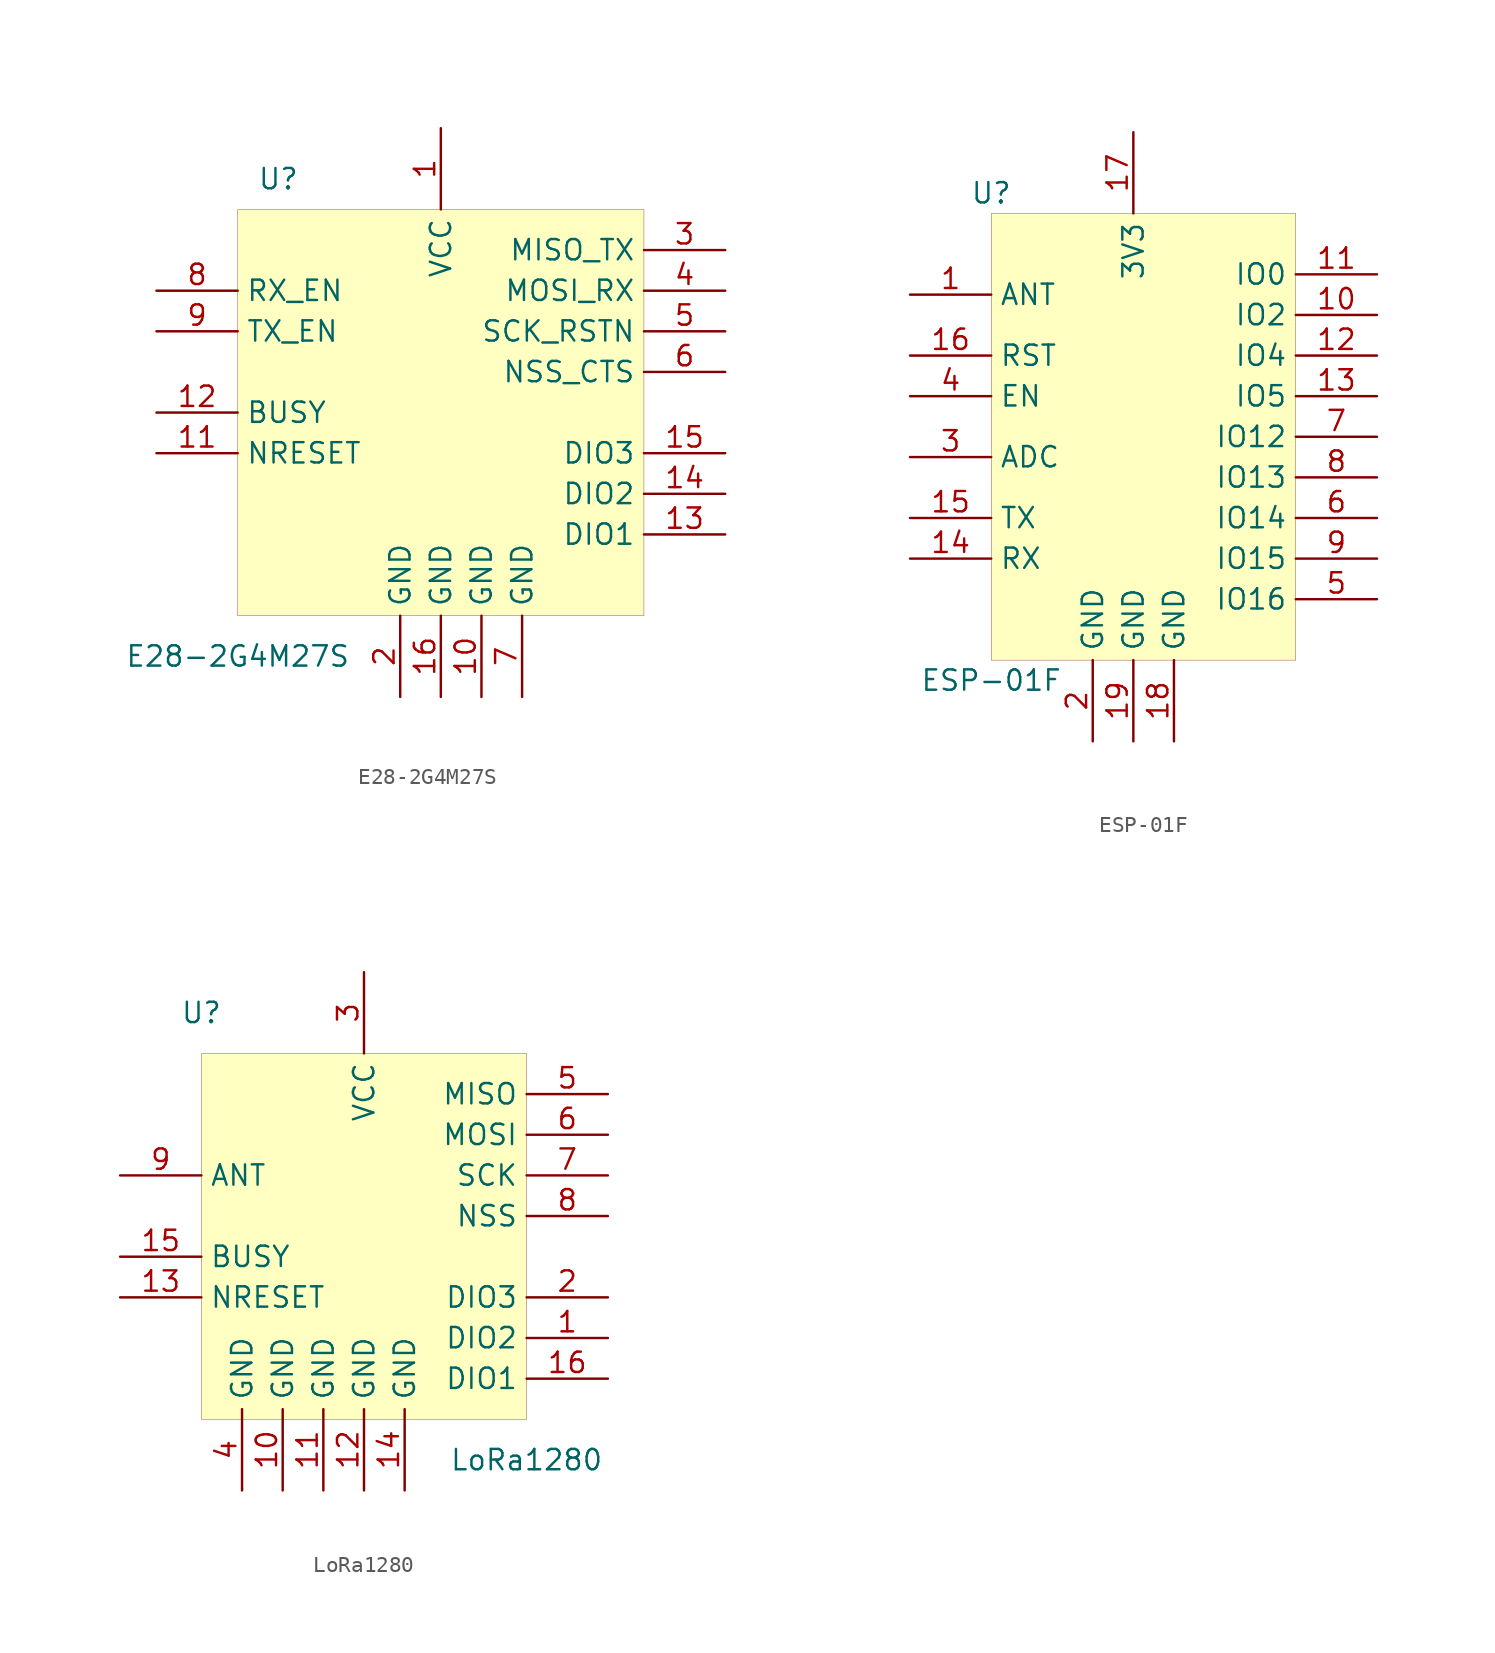
<source format=kicad_sym>
(kicad_symbol_lib
  (version 20200820)
  (host kicad_symbol_editor "(5.99.0-2965-g3673c23696)")
  (symbol "ELRS_lib:E28-2G4M27S"
    (property "Reference" "U"
      (at -10.16 12.065 0)
      (effects (font (size 1.27 1.27))))
    (property "Value" "E28-2G4M27S"
      (at -12.7 -17.78 0)
      (effects (font (size 1.27 1.27))))
    (symbol "E28-2G4M27S_0_1"
      (rectangle (start -12.7 10.16) (end 12.7 -15.24) (stroke (width 0.001)) (fill (type background))))
    (symbol "E28-2G4M27S_1_1"
      (pin input line (at 0 15.24 270) (length 5.08) (name "VCC" (effects (font (size 1.27 1.27)))) (number "1" (effects (font (size 1.27 1.27)))))
      (pin input line (at -2.54 -20.32 90) (length 5.08) (name "GND" (effects (font (size 1.27 1.27)))) (number "2" (effects (font (size 1.27 1.27)))))
      (pin input line (at 17.78 7.62 180) (length 5.08) (name "MISO_TX" (effects (font (size 1.27 1.27)))) (number "3" (effects (font (size 1.27 1.27)))))
      (pin input line (at 17.78 5.08 180) (length 5.08) (name "MOSI_RX" (effects (font (size 1.27 1.27)))) (number "4" (effects (font (size 1.27 1.27)))))
      (pin input line (at 17.78 2.54 180) (length 5.08) (name "SCK_RSTN" (effects (font (size 1.27 1.27)))) (number "5" (effects (font (size 1.27 1.27)))))
      (pin input line (at 17.78 0 180) (length 5.08) (name "NSS_CTS" (effects (font (size 1.27 1.27)))) (number "6" (effects (font (size 1.27 1.27)))))
      (pin input line (at 5.08 -20.32 90) (length 5.08) (name "GND" (effects (font (size 1.27 1.27)))) (number "7" (effects (font (size 1.27 1.27)))))
      (pin input line (at -17.78 5.08 0) (length 5.08) (name "RX_EN" (effects (font (size 1.27 1.27)))) (number "8" (effects (font (size 1.27 1.27)))))
      (pin input line (at -17.78 2.54 0) (length 5.08) (name "TX_EN" (effects (font (size 1.27 1.27)))) (number "9" (effects (font (size 1.27 1.27)))))
      (pin input line (at 2.54 -20.32 90) (length 5.08) (name "GND" (effects (font (size 1.27 1.27)))) (number "10" (effects (font (size 1.27 1.27)))))
      (pin input line (at -17.78 -5.08 0) (length 5.08) (name "NRESET" (effects (font (size 1.27 1.27)))) (number "11" (effects (font (size 1.27 1.27)))))
      (pin input line (at -17.78 -2.54 0) (length 5.08) (name "BUSY" (effects (font (size 1.27 1.27)))) (number "12" (effects (font (size 1.27 1.27)))))
      (pin input line (at 17.78 -10.16 180) (length 5.08) (name "DIO1" (effects (font (size 1.27 1.27)))) (number "13" (effects (font (size 1.27 1.27)))))
      (pin input line (at 17.78 -7.62 180) (length 5.08) (name "DIO2" (effects (font (size 1.27 1.27)))) (number "14" (effects (font (size 1.27 1.27)))))
      (pin input line (at 17.78 -5.08 180) (length 5.08) (name "DIO3" (effects (font (size 1.27 1.27)))) (number "15" (effects (font (size 1.27 1.27)))))
      (pin input line (at 0 -20.32 90) (length 5.08) (name "GND" (effects (font (size 1.27 1.27)))) (number "16" (effects (font (size 1.27 1.27)))))))
  (symbol "ELRS_lib:ESP-01F"
    (property "Reference" "U"
      (at -8.89 15.24 0)
      (effects (font (size 1.27 1.27))))
    (property "Value" "ESP-01F"
      (at -8.89 -15.24 0)
      (effects (font (size 1.27 1.27))))
    (symbol "ESP-01F_0_1"
      (rectangle (start -8.89 13.97) (end 10.16 -13.97) (stroke (width 0.001)) (fill (type background))))
    (symbol "ESP-01F_1_1"
      (pin input line (at -13.97 8.89 0) (length 5.08) (name "ANT" (effects (font (size 1.27 1.27)))) (number "1" (effects (font (size 1.27 1.27)))))
      (pin input line (at -2.54 -19.05 90) (length 5.08) (name "GND" (effects (font (size 1.27 1.27)))) (number "2" (effects (font (size 1.27 1.27)))))
      (pin input line (at -13.97 -1.27 0) (length 5.08) (name "ADC" (effects (font (size 1.27 1.27)))) (number "3" (effects (font (size 1.27 1.27)))))
      (pin input line (at -13.97 2.54 0) (length 5.08) (name "EN" (effects (font (size 1.27 1.27)))) (number "4" (effects (font (size 1.27 1.27)))))
      (pin input line (at 15.24 -10.16 180) (length 5.08) (name "IO16" (effects (font (size 1.27 1.27)))) (number "5" (effects (font (size 1.27 1.27)))))
      (pin input line (at 15.24 -5.08 180) (length 5.08) (name "IO14" (effects (font (size 1.27 1.27)))) (number "6" (effects (font (size 1.27 1.27)))))
      (pin input line (at 15.24 0 180) (length 5.08) (name "IO12" (effects (font (size 1.27 1.27)))) (number "7" (effects (font (size 1.27 1.27)))))
      (pin input line (at 15.24 -2.54 180) (length 5.08) (name "IO13" (effects (font (size 1.27 1.27)))) (number "8" (effects (font (size 1.27 1.27)))))
      (pin input line (at 15.24 -7.62 180) (length 5.08) (name "IO15" (effects (font (size 1.27 1.27)))) (number "9" (effects (font (size 1.27 1.27)))))
      (pin input line (at 15.24 7.62 180) (length 5.08) (name "IO2" (effects (font (size 1.27 1.27)))) (number "10" (effects (font (size 1.27 1.27)))))
      (pin input line (at 15.24 10.16 180) (length 5.08) (name "IO0" (effects (font (size 1.27 1.27)))) (number "11" (effects (font (size 1.27 1.27)))))
      (pin input line (at 15.24 5.08 180) (length 5.08) (name "IO4" (effects (font (size 1.27 1.27)))) (number "12" (effects (font (size 1.27 1.27)))))
      (pin input line (at 15.24 2.54 180) (length 5.08) (name "IO5" (effects (font (size 1.27 1.27)))) (number "13" (effects (font (size 1.27 1.27)))))
      (pin input line (at -13.97 -7.62 0) (length 5.08) (name "RX" (effects (font (size 1.27 1.27)))) (number "14" (effects (font (size 1.27 1.27)))))
      (pin input line (at -13.97 -5.08 0) (length 5.08) (name "TX" (effects (font (size 1.27 1.27)))) (number "15" (effects (font (size 1.27 1.27)))))
      (pin input line (at -13.97 5.08 0) (length 5.08) (name "RST" (effects (font (size 1.27 1.27)))) (number "16" (effects (font (size 1.27 1.27)))))
      (pin input line (at 0 19.05 270) (length 5.08) (name "3V3" (effects (font (size 1.27 1.27)))) (number "17" (effects (font (size 1.27 1.27)))))
      (pin input line (at 2.54 -19.05 90) (length 5.08) (name "GND" (effects (font (size 1.27 1.27)))) (number "18" (effects (font (size 1.27 1.27)))))
      (pin input line (at 0 -19.05 90) (length 5.08) (name "GND" (effects (font (size 1.27 1.27)))) (number "19" (effects (font (size 1.27 1.27)))))))
  (symbol "ELRS_lib:LoRa1280"
    (property "Reference" "U"
      (at -10.16 12.7 0)
      (effects (font (size 1.27 1.27))))
    (property "Value" "LoRa1280"
      (at 10.16 -15.24 0)
      (effects (font (size 1.27 1.27))))
    (symbol "LoRa1280_0_1"
      (rectangle (start 10.16 -12.7) (end -10.16 10.16) (stroke (width 0.001)) (fill (type background))))
    (symbol "LoRa1280_1_1"
      (pin input line (at 15.24 -7.62 180) (length 5.08) (name "DIO2" (effects (font (size 1.27 1.27)))) (number "1" (effects (font (size 1.27 1.27)))))
      (pin input line (at 15.24 -5.08 180) (length 5.08) (name "DIO3" (effects (font (size 1.27 1.27)))) (number "2" (effects (font (size 1.27 1.27)))))
      (pin input line (at 0 15.24 270) (length 5.08) (name "VCC" (effects (font (size 1.27 1.27)))) (number "3" (effects (font (size 1.27 1.27)))))
      (pin input line (at 15.24 7.62 180) (length 5.08) (name "MISO" (effects (font (size 1.27 1.27)))) (number "5" (effects (font (size 1.27 1.27)))))
      (pin input line (at 15.24 5.08 180) (length 5.08) (name "MOSI" (effects (font (size 1.27 1.27)))) (number "6" (effects (font (size 1.27 1.27)))))
      (pin input line (at 15.24 2.54 180) (length 5.08) (name "SCK" (effects (font (size 1.27 1.27)))) (number "7" (effects (font (size 1.27 1.27)))))
      (pin input line (at 15.24 0 180) (length 5.08) (name "NSS" (effects (font (size 1.27 1.27)))) (number "8" (effects (font (size 1.27 1.27)))))
      (pin input line (at -15.24 2.54 0) (length 5.08) (name "ANT" (effects (font (size 1.27 1.27)))) (number "9" (effects (font (size 1.27 1.27)))))
      (pin input line (at -7.62 -17.145 90) (length 5.08) (name "GND" (effects (font (size 1.27 1.27)))) (number "4" (effects (font (size 1.27 1.27)))))
      (pin input line (at -5.08 -17.145 90) (length 5.08) (name "GND" (effects (font (size 1.27 1.27)))) (number "10" (effects (font (size 1.27 1.27)))))
      (pin input line (at -2.54 -17.145 90) (length 5.08) (name "GND" (effects (font (size 1.27 1.27)))) (number "11" (effects (font (size 1.27 1.27)))))
      (pin input line (at 0 -17.145 90) (length 5.08) (name "GND" (effects (font (size 1.27 1.27)))) (number "12" (effects (font (size 1.27 1.27)))))
      (pin input line (at 2.54 -17.145 90) (length 5.08) (name "GND" (effects (font (size 1.27 1.27)))) (number "14" (effects (font (size 1.27 1.27)))))
      (pin input line (at -15.24 -5.08 0) (length 5.08) (name "NRESET" (effects (font (size 1.27 1.27)))) (number "13" (effects (font (size 1.27 1.27)))))
      (pin input line (at -15.24 -2.54 0) (length 5.08) (name "BUSY" (effects (font (size 1.27 1.27)))) (number "15" (effects (font (size 1.27 1.27)))))
      (pin input line (at 15.24 -10.16 180) (length 5.08) (name "DIO1" (effects (font (size 1.27 1.27)))) (number "16" (effects (font (size 1.27 1.27))))))))
</source>
